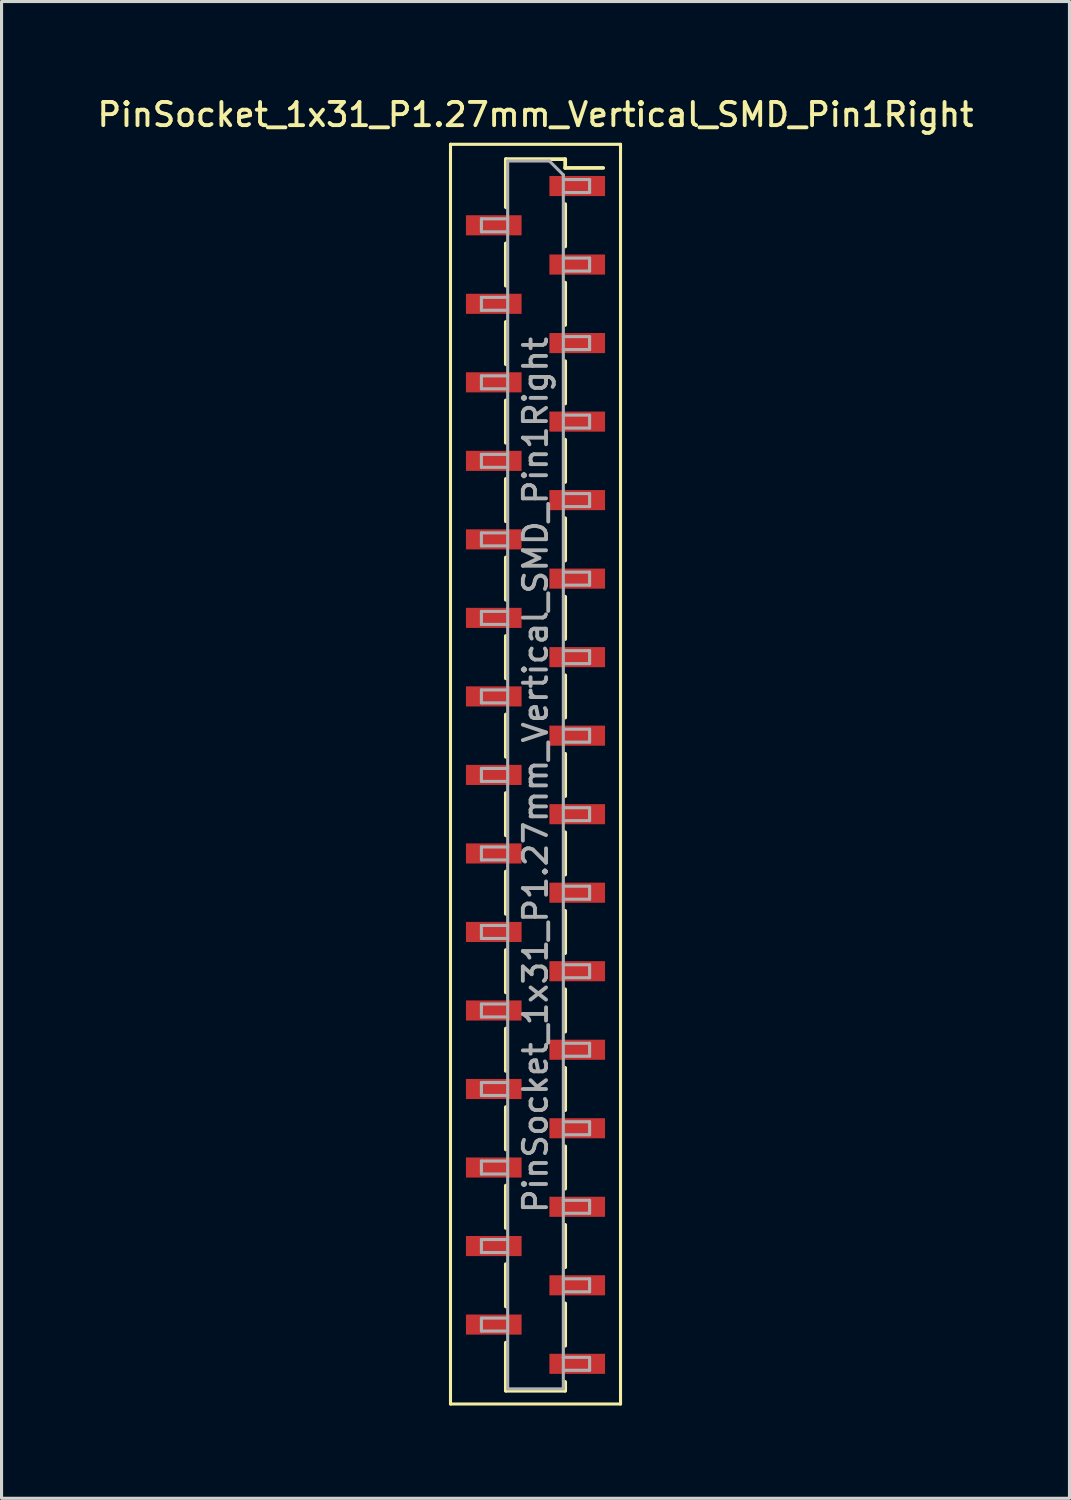
<source format=kicad_pcb>
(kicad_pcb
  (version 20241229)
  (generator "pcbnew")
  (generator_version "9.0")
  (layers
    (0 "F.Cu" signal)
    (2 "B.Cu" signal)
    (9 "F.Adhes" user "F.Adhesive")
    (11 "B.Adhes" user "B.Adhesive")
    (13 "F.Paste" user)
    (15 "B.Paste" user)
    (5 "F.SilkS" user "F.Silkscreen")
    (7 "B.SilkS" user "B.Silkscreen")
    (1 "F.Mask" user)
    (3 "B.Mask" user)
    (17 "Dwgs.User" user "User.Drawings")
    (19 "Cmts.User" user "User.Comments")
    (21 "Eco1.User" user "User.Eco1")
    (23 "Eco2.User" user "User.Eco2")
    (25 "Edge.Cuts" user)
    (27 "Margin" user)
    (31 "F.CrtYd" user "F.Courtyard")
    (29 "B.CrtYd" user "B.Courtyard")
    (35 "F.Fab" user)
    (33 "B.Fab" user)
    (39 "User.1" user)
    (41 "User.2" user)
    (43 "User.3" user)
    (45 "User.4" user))
  (footprint "PinSocket_1x31_P1.27mm_Vertical_SMD_Pin1Right"
    (layer "F.Cu")
    (at 14.273 22.018)
    (property "Reference" "PinSocket_1x31_P1.27mm_Vertical_SMD_Pin1Right" (at 0 -21.36 0) (layer "F.SilkS") (effects (font (size 0.75 0.75) (thickness 0.125))))
    (attr smd)
    (fp_line (start -2.75 -20.4) (end 2.75 -20.4) (stroke (width 0.1) (type solid)) (layer "F.SilkS"))
    (fp_line (start -2.75 20.35) (end -2.75 -20.4) (stroke (width 0.1) (type solid)) (layer "F.SilkS"))
    (fp_line (start -0.96 -19.92) (end -0.96 -18.365) (stroke (width 0.12) (type solid)) (layer "F.SilkS"))
    (fp_line (start -0.96 -19.92) (end 0.96 -19.92) (stroke (width 0.12) (type solid)) (layer "F.SilkS"))
    (fp_line (start -0.96 -17.195) (end -0.96 -15.825) (stroke (width 0.12) (type solid)) (layer "F.SilkS"))
    (fp_line (start -0.96 -14.655) (end -0.96 -13.285) (stroke (width 0.12) (type solid)) (layer "F.SilkS"))
    (fp_line (start -0.96 -12.115) (end -0.96 -10.745) (stroke (width 0.12) (type solid)) (layer "F.SilkS"))
    (fp_line (start -0.96 -9.575) (end -0.96 -8.205) (stroke (width 0.12) (type solid)) (layer "F.SilkS"))
    (fp_line (start -0.96 -7.035) (end -0.96 -5.665) (stroke (width 0.12) (type solid)) (layer "F.SilkS"))
    (fp_line (start -0.96 -4.495) (end -0.96 -3.125) (stroke (width 0.12) (type solid)) (layer "F.SilkS"))
    (fp_line (start -0.96 -1.955) (end -0.96 -0.585) (stroke (width 0.12) (type solid)) (layer "F.SilkS"))
    (fp_line (start -0.96 0.585) (end -0.96 1.955) (stroke (width 0.12) (type solid)) (layer "F.SilkS"))
    (fp_line (start -0.96 3.125) (end -0.96 4.495) (stroke (width 0.12) (type solid)) (layer "F.SilkS"))
    (fp_line (start -0.96 5.665) (end -0.96 7.035) (stroke (width 0.12) (type solid)) (layer "F.SilkS"))
    (fp_line (start -0.96 8.205) (end -0.96 9.575) (stroke (width 0.12) (type solid)) (layer "F.SilkS"))
    (fp_line (start -0.96 10.745) (end -0.96 12.115) (stroke (width 0.12) (type solid)) (layer "F.SilkS"))
    (fp_line (start -0.96 13.285) (end -0.96 14.655) (stroke (width 0.12) (type solid)) (layer "F.SilkS"))
    (fp_line (start -0.96 15.825) (end -0.96 17.195) (stroke (width 0.12) (type solid)) (layer "F.SilkS"))
    (fp_line (start -0.96 18.365) (end -0.96 19.92) (stroke (width 0.12) (type solid)) (layer "F.SilkS"))
    (fp_line (start -0.96 19.92) (end 0.96 19.92) (stroke (width 0.12) (type solid)) (layer "F.SilkS"))
    (fp_line (start 0.96 -19.92) (end 0.96 -19.635) (stroke (width 0.12) (type solid)) (layer "F.SilkS"))
    (fp_line (start 0.96 -19.635) (end 2.19 -19.635) (stroke (width 0.12) (type solid)) (layer "F.SilkS"))
    (fp_line (start 0.96 -18.465) (end 0.96 -17.095) (stroke (width 0.12) (type solid)) (layer "F.SilkS"))
    (fp_line (start 0.96 -15.925) (end 0.96 -14.555) (stroke (width 0.12) (type solid)) (layer "F.SilkS"))
    (fp_line (start 0.96 -13.385) (end 0.96 -12.015) (stroke (width 0.12) (type solid)) (layer "F.SilkS"))
    (fp_line (start 0.96 -10.845) (end 0.96 -9.475) (stroke (width 0.12) (type solid)) (layer "F.SilkS"))
    (fp_line (start 0.96 -8.305) (end 0.96 -6.935) (stroke (width 0.12) (type solid)) (layer "F.SilkS"))
    (fp_line (start 0.96 -5.765) (end 0.96 -4.395) (stroke (width 0.12) (type solid)) (layer "F.SilkS"))
    (fp_line (start 0.96 -3.225) (end 0.96 -1.855) (stroke (width 0.12) (type solid)) (layer "F.SilkS"))
    (fp_line (start 0.96 -0.685) (end 0.96 0.685) (stroke (width 0.12) (type solid)) (layer "F.SilkS"))
    (fp_line (start 0.96 1.855) (end 0.96 3.225) (stroke (width 0.12) (type solid)) (layer "F.SilkS"))
    (fp_line (start 0.96 4.395) (end 0.96 5.765) (stroke (width 0.12) (type solid)) (layer "F.SilkS"))
    (fp_line (start 0.96 6.935) (end 0.96 8.305) (stroke (width 0.12) (type solid)) (layer "F.SilkS"))
    (fp_line (start 0.96 9.475) (end 0.96 10.845) (stroke (width 0.12) (type solid)) (layer "F.SilkS"))
    (fp_line (start 0.96 12.015) (end 0.96 13.385) (stroke (width 0.12) (type solid)) (layer "F.SilkS"))
    (fp_line (start 0.96 14.555) (end 0.96 15.925) (stroke (width 0.12) (type solid)) (layer "F.SilkS"))
    (fp_line (start 0.96 17.095) (end 0.96 18.465) (stroke (width 0.12) (type solid)) (layer "F.SilkS"))
    (fp_line (start 0.96 19.635) (end 0.96 19.92) (stroke (width 0.12) (type solid)) (layer "F.SilkS"))
    (fp_line (start 2.75 -20.4) (end 2.75 20.35) (stroke (width 0.1) (type solid)) (layer "F.SilkS"))
    (fp_line (start 2.75 20.35) (end -2.75 20.35) (stroke (width 0.1) (type solid)) (layer "F.SilkS"))
    (fp_line (start -1.75 -17.99) (end -0.9 -17.99) (stroke (width 0.1) (type solid)) (layer "F.Fab"))
    (fp_line (start -1.75 -17.57) (end -1.75 -17.99) (stroke (width 0.1) (type solid)) (layer "F.Fab"))
    (fp_line (start -1.75 -15.45) (end -0.9 -15.45) (stroke (width 0.1) (type solid)) (layer "F.Fab"))
    (fp_line (start -1.75 -15.03) (end -1.75 -15.45) (stroke (width 0.1) (type solid)) (layer "F.Fab"))
    (fp_line (start -1.75 -12.91) (end -0.9 -12.91) (stroke (width 0.1) (type solid)) (layer "F.Fab"))
    (fp_line (start -1.75 -12.49) (end -1.75 -12.91) (stroke (width 0.1) (type solid)) (layer "F.Fab"))
    (fp_line (start -1.75 -10.37) (end -0.9 -10.37) (stroke (width 0.1) (type solid)) (layer "F.Fab"))
    (fp_line (start -1.75 -9.95) (end -1.75 -10.37) (stroke (width 0.1) (type solid)) (layer "F.Fab"))
    (fp_line (start -1.75 -7.83) (end -0.9 -7.83) (stroke (width 0.1) (type solid)) (layer "F.Fab"))
    (fp_line (start -1.75 -7.41) (end -1.75 -7.83) (stroke (width 0.1) (type solid)) (layer "F.Fab"))
    (fp_line (start -1.75 -5.29) (end -0.9 -5.29) (stroke (width 0.1) (type solid)) (layer "F.Fab"))
    (fp_line (start -1.75 -4.87) (end -1.75 -5.29) (stroke (width 0.1) (type solid)) (layer "F.Fab"))
    (fp_line (start -1.75 -2.75) (end -0.9 -2.75) (stroke (width 0.1) (type solid)) (layer "F.Fab"))
    (fp_line (start -1.75 -2.33) (end -1.75 -2.75) (stroke (width 0.1) (type solid)) (layer "F.Fab"))
    (fp_line (start -1.75 -0.21) (end -0.9 -0.21) (stroke (width 0.1) (type solid)) (layer "F.Fab"))
    (fp_line (start -1.75 0.21) (end -1.75 -0.21) (stroke (width 0.1) (type solid)) (layer "F.Fab"))
    (fp_line (start -1.75 2.33) (end -0.9 2.33) (stroke (width 0.1) (type solid)) (layer "F.Fab"))
    (fp_line (start -1.75 2.75) (end -1.75 2.33) (stroke (width 0.1) (type solid)) (layer "F.Fab"))
    (fp_line (start -1.75 4.87) (end -0.9 4.87) (stroke (width 0.1) (type solid)) (layer "F.Fab"))
    (fp_line (start -1.75 5.29) (end -1.75 4.87) (stroke (width 0.1) (type solid)) (layer "F.Fab"))
    (fp_line (start -1.75 7.41) (end -0.9 7.41) (stroke (width 0.1) (type solid)) (layer "F.Fab"))
    (fp_line (start -1.75 7.83) (end -1.75 7.41) (stroke (width 0.1) (type solid)) (layer "F.Fab"))
    (fp_line (start -1.75 9.95) (end -0.9 9.95) (stroke (width 0.1) (type solid)) (layer "F.Fab"))
    (fp_line (start -1.75 10.37) (end -1.75 9.95) (stroke (width 0.1) (type solid)) (layer "F.Fab"))
    (fp_line (start -1.75 12.49) (end -0.9 12.49) (stroke (width 0.1) (type solid)) (layer "F.Fab"))
    (fp_line (start -1.75 12.91) (end -1.75 12.49) (stroke (width 0.1) (type solid)) (layer "F.Fab"))
    (fp_line (start -1.75 15.03) (end -0.9 15.03) (stroke (width 0.1) (type solid)) (layer "F.Fab"))
    (fp_line (start -1.75 15.45) (end -1.75 15.03) (stroke (width 0.1) (type solid)) (layer "F.Fab"))
    (fp_line (start -1.75 17.57) (end -0.9 17.57) (stroke (width 0.1) (type solid)) (layer "F.Fab"))
    (fp_line (start -1.75 17.99) (end -1.75 17.57) (stroke (width 0.1) (type solid)) (layer "F.Fab"))
    (fp_line (start -0.9 -19.86) (end 0.45 -19.86) (stroke (width 0.1) (type solid)) (layer "F.Fab"))
    (fp_line (start -0.9 -17.57) (end -1.75 -17.57) (stroke (width 0.1) (type solid)) (layer "F.Fab"))
    (fp_line (start -0.9 -15.03) (end -1.75 -15.03) (stroke (width 0.1) (type solid)) (layer "F.Fab"))
    (fp_line (start -0.9 -12.49) (end -1.75 -12.49) (stroke (width 0.1) (type solid)) (layer "F.Fab"))
    (fp_line (start -0.9 -9.95) (end -1.75 -9.95) (stroke (width 0.1) (type solid)) (layer "F.Fab"))
    (fp_line (start -0.9 -7.41) (end -1.75 -7.41) (stroke (width 0.1) (type solid)) (layer "F.Fab"))
    (fp_line (start -0.9 -4.87) (end -1.75 -4.87) (stroke (width 0.1) (type solid)) (layer "F.Fab"))
    (fp_line (start -0.9 -2.33) (end -1.75 -2.33) (stroke (width 0.1) (type solid)) (layer "F.Fab"))
    (fp_line (start -0.9 0.21) (end -1.75 0.21) (stroke (width 0.1) (type solid)) (layer "F.Fab"))
    (fp_line (start -0.9 2.75) (end -1.75 2.75) (stroke (width 0.1) (type solid)) (layer "F.Fab"))
    (fp_line (start -0.9 5.29) (end -1.75 5.29) (stroke (width 0.1) (type solid)) (layer "F.Fab"))
    (fp_line (start -0.9 7.83) (end -1.75 7.83) (stroke (width 0.1) (type solid)) (layer "F.Fab"))
    (fp_line (start -0.9 10.37) (end -1.75 10.37) (stroke (width 0.1) (type solid)) (layer "F.Fab"))
    (fp_line (start -0.9 12.91) (end -1.75 12.91) (stroke (width 0.1) (type solid)) (layer "F.Fab"))
    (fp_line (start -0.9 15.45) (end -1.75 15.45) (stroke (width 0.1) (type solid)) (layer "F.Fab"))
    (fp_line (start -0.9 17.99) (end -1.75 17.99) (stroke (width 0.1) (type solid)) (layer "F.Fab"))
    (fp_line (start -0.9 19.86) (end -0.9 -19.86) (stroke (width 0.1) (type solid)) (layer "F.Fab"))
    (fp_line (start 0.45 -19.86) (end 0.9 -19.41) (stroke (width 0.1) (type solid)) (layer "F.Fab"))
    (fp_line (start 0.9 -19.41) (end 0.9 19.86) (stroke (width 0.1) (type solid)) (layer "F.Fab"))
    (fp_line (start 0.9 -19.26) (end 1.75 -19.26) (stroke (width 0.1) (type solid)) (layer "F.Fab"))
    (fp_line (start 0.9 -16.72) (end 1.75 -16.72) (stroke (width 0.1) (type solid)) (layer "F.Fab"))
    (fp_line (start 0.9 -14.18) (end 1.75 -14.18) (stroke (width 0.1) (type solid)) (layer "F.Fab"))
    (fp_line (start 0.9 -11.64) (end 1.75 -11.64) (stroke (width 0.1) (type solid)) (layer "F.Fab"))
    (fp_line (start 0.9 -9.1) (end 1.75 -9.1) (stroke (width 0.1) (type solid)) (layer "F.Fab"))
    (fp_line (start 0.9 -6.56) (end 1.75 -6.56) (stroke (width 0.1) (type solid)) (layer "F.Fab"))
    (fp_line (start 0.9 -4.02) (end 1.75 -4.02) (stroke (width 0.1) (type solid)) (layer "F.Fab"))
    (fp_line (start 0.9 -1.48) (end 1.75 -1.48) (stroke (width 0.1) (type solid)) (layer "F.Fab"))
    (fp_line (start 0.9 1.06) (end 1.75 1.06) (stroke (width 0.1) (type solid)) (layer "F.Fab"))
    (fp_line (start 0.9 3.6) (end 1.75 3.6) (stroke (width 0.1) (type solid)) (layer "F.Fab"))
    (fp_line (start 0.9 6.14) (end 1.75 6.14) (stroke (width 0.1) (type solid)) (layer "F.Fab"))
    (fp_line (start 0.9 8.68) (end 1.75 8.68) (stroke (width 0.1) (type solid)) (layer "F.Fab"))
    (fp_line (start 0.9 11.22) (end 1.75 11.22) (stroke (width 0.1) (type solid)) (layer "F.Fab"))
    (fp_line (start 0.9 13.76) (end 1.75 13.76) (stroke (width 0.1) (type solid)) (layer "F.Fab"))
    (fp_line (start 0.9 16.3) (end 1.75 16.3) (stroke (width 0.1) (type solid)) (layer "F.Fab"))
    (fp_line (start 0.9 18.84) (end 1.75 18.84) (stroke (width 0.1) (type solid)) (layer "F.Fab"))
    (fp_line (start 0.9 19.86) (end -0.9 19.86) (stroke (width 0.1) (type solid)) (layer "F.Fab"))
    (fp_line (start 1.75 -19.26) (end 1.75 -18.84) (stroke (width 0.1) (type solid)) (layer "F.Fab"))
    (fp_line (start 1.75 -18.84) (end 0.9 -18.84) (stroke (width 0.1) (type solid)) (layer "F.Fab"))
    (fp_line (start 1.75 -16.72) (end 1.75 -16.3) (stroke (width 0.1) (type solid)) (layer "F.Fab"))
    (fp_line (start 1.75 -16.3) (end 0.9 -16.3) (stroke (width 0.1) (type solid)) (layer "F.Fab"))
    (fp_line (start 1.75 -14.18) (end 1.75 -13.76) (stroke (width 0.1) (type solid)) (layer "F.Fab"))
    (fp_line (start 1.75 -13.76) (end 0.9 -13.76) (stroke (width 0.1) (type solid)) (layer "F.Fab"))
    (fp_line (start 1.75 -11.64) (end 1.75 -11.22) (stroke (width 0.1) (type solid)) (layer "F.Fab"))
    (fp_line (start 1.75 -11.22) (end 0.9 -11.22) (stroke (width 0.1) (type solid)) (layer "F.Fab"))
    (fp_line (start 1.75 -9.1) (end 1.75 -8.68) (stroke (width 0.1) (type solid)) (layer "F.Fab"))
    (fp_line (start 1.75 -8.68) (end 0.9 -8.68) (stroke (width 0.1) (type solid)) (layer "F.Fab"))
    (fp_line (start 1.75 -6.56) (end 1.75 -6.14) (stroke (width 0.1) (type solid)) (layer "F.Fab"))
    (fp_line (start 1.75 -6.14) (end 0.9 -6.14) (stroke (width 0.1) (type solid)) (layer "F.Fab"))
    (fp_line (start 1.75 -4.02) (end 1.75 -3.6) (stroke (width 0.1) (type solid)) (layer "F.Fab"))
    (fp_line (start 1.75 -3.6) (end 0.9 -3.6) (stroke (width 0.1) (type solid)) (layer "F.Fab"))
    (fp_line (start 1.75 -1.48) (end 1.75 -1.06) (stroke (width 0.1) (type solid)) (layer "F.Fab"))
    (fp_line (start 1.75 -1.06) (end 0.9 -1.06) (stroke (width 0.1) (type solid)) (layer "F.Fab"))
    (fp_line (start 1.75 1.06) (end 1.75 1.48) (stroke (width 0.1) (type solid)) (layer "F.Fab"))
    (fp_line (start 1.75 1.48) (end 0.9 1.48) (stroke (width 0.1) (type solid)) (layer "F.Fab"))
    (fp_line (start 1.75 3.6) (end 1.75 4.02) (stroke (width 0.1) (type solid)) (layer "F.Fab"))
    (fp_line (start 1.75 4.02) (end 0.9 4.02) (stroke (width 0.1) (type solid)) (layer "F.Fab"))
    (fp_line (start 1.75 6.14) (end 1.75 6.56) (stroke (width 0.1) (type solid)) (layer "F.Fab"))
    (fp_line (start 1.75 6.56) (end 0.9 6.56) (stroke (width 0.1) (type solid)) (layer "F.Fab"))
    (fp_line (start 1.75 8.68) (end 1.75 9.1) (stroke (width 0.1) (type solid)) (layer "F.Fab"))
    (fp_line (start 1.75 9.1) (end 0.9 9.1) (stroke (width 0.1) (type solid)) (layer "F.Fab"))
    (fp_line (start 1.75 11.22) (end 1.75 11.64) (stroke (width 0.1) (type solid)) (layer "F.Fab"))
    (fp_line (start 1.75 11.64) (end 0.9 11.64) (stroke (width 0.1) (type solid)) (layer "F.Fab"))
    (fp_line (start 1.75 13.76) (end 1.75 14.18) (stroke (width 0.1) (type solid)) (layer "F.Fab"))
    (fp_line (start 1.75 14.18) (end 0.9 14.18) (stroke (width 0.1) (type solid)) (layer "F.Fab"))
    (fp_line (start 1.75 16.3) (end 1.75 16.72) (stroke (width 0.1) (type solid)) (layer "F.Fab"))
    (fp_line (start 1.75 16.72) (end 0.9 16.72) (stroke (width 0.1) (type solid)) (layer "F.Fab"))
    (fp_line (start 1.75 18.84) (end 1.75 19.26) (stroke (width 0.1) (type solid)) (layer "F.Fab"))
    (fp_line (start 1.75 19.26) (end 0.9 19.26) (stroke (width 0.1) (type solid)) (layer "F.Fab"))
    (fp_text user "${REFERENCE}" (at 0 0 90) (layer "F.Fab") (effects (font (size 0.75 0.75) (thickness 0.125))))
    (pad "1" smd rect (at 1.35 -19.05) (size 1.8 0.65) (layers "F.Cu" "F.Mask" "F.Paste"))
    (pad "2" smd rect (at -1.35 -17.78) (size 1.8 0.65) (layers "F.Cu" "F.Mask" "F.Paste"))
    (pad "3" smd rect (at 1.35 -16.51) (size 1.8 0.65) (layers "F.Cu" "F.Mask" "F.Paste"))
    (pad "4" smd rect (at -1.35 -15.24) (size 1.8 0.65) (layers "F.Cu" "F.Mask" "F.Paste"))
    (pad "5" smd rect (at 1.35 -13.97) (size 1.8 0.65) (layers "F.Cu" "F.Mask" "F.Paste"))
    (pad "6" smd rect (at -1.35 -12.7) (size 1.8 0.65) (layers "F.Cu" "F.Mask" "F.Paste"))
    (pad "7" smd rect (at 1.35 -11.43) (size 1.8 0.65) (layers "F.Cu" "F.Mask" "F.Paste"))
    (pad "8" smd rect (at -1.35 -10.16) (size 1.8 0.65) (layers "F.Cu" "F.Mask" "F.Paste"))
    (pad "9" smd rect (at 1.35 -8.89) (size 1.8 0.65) (layers "F.Cu" "F.Mask" "F.Paste"))
    (pad "10" smd rect (at -1.35 -7.62) (size 1.8 0.65) (layers "F.Cu" "F.Mask" "F.Paste"))
    (pad "11" smd rect (at 1.35 -6.35) (size 1.8 0.65) (layers "F.Cu" "F.Mask" "F.Paste"))
    (pad "12" smd rect (at -1.35 -5.08) (size 1.8 0.65) (layers "F.Cu" "F.Mask" "F.Paste"))
    (pad "13" smd rect (at 1.35 -3.81) (size 1.8 0.65) (layers "F.Cu" "F.Mask" "F.Paste"))
    (pad "14" smd rect (at -1.35 -2.54) (size 1.8 0.65) (layers "F.Cu" "F.Mask" "F.Paste"))
    (pad "15" smd rect (at 1.35 -1.27) (size 1.8 0.65) (layers "F.Cu" "F.Mask" "F.Paste"))
    (pad "16" smd rect (at -1.35 0) (size 1.8 0.65) (layers "F.Cu" "F.Mask" "F.Paste"))
    (pad "17" smd rect (at 1.35 1.27) (size 1.8 0.65) (layers "F.Cu" "F.Mask" "F.Paste"))
    (pad "18" smd rect (at -1.35 2.54) (size 1.8 0.65) (layers "F.Cu" "F.Mask" "F.Paste"))
    (pad "19" smd rect (at 1.35 3.81) (size 1.8 0.65) (layers "F.Cu" "F.Mask" "F.Paste"))
    (pad "20" smd rect (at -1.35 5.08) (size 1.8 0.65) (layers "F.Cu" "F.Mask" "F.Paste"))
    (pad "21" smd rect (at 1.35 6.35) (size 1.8 0.65) (layers "F.Cu" "F.Mask" "F.Paste"))
    (pad "22" smd rect (at -1.35 7.62) (size 1.8 0.65) (layers "F.Cu" "F.Mask" "F.Paste"))
    (pad "23" smd rect (at 1.35 8.89) (size 1.8 0.65) (layers "F.Cu" "F.Mask" "F.Paste"))
    (pad "24" smd rect (at -1.35 10.16) (size 1.8 0.65) (layers "F.Cu" "F.Mask" "F.Paste"))
    (pad "25" smd rect (at 1.35 11.43) (size 1.8 0.65) (layers "F.Cu" "F.Mask" "F.Paste"))
    (pad "26" smd rect (at -1.35 12.7) (size 1.8 0.65) (layers "F.Cu" "F.Mask" "F.Paste"))
    (pad "27" smd rect (at 1.35 13.97) (size 1.8 0.65) (layers "F.Cu" "F.Mask" "F.Paste"))
    (pad "28" smd rect (at -1.35 15.24) (size 1.8 0.65) (layers "F.Cu" "F.Mask" "F.Paste"))
    (pad "29" smd rect (at 1.35 16.51) (size 1.8 0.65) (layers "F.Cu" "F.Mask" "F.Paste"))
    (pad "30" smd rect (at -1.35 17.78) (size 1.8 0.65) (layers "F.Cu" "F.Mask" "F.Paste"))
    (pad "31" smd rect (at 1.35 19.05) (size 1.8 0.65) (layers "F.Cu" "F.Mask" "F.Paste")))
  (gr_rect
    (start -3 -3)
    (end 31.546 45.418)
    (stroke (width 0.1) (type default))
    (fill no)
    (layer "Edge.Cuts")))
</source>
